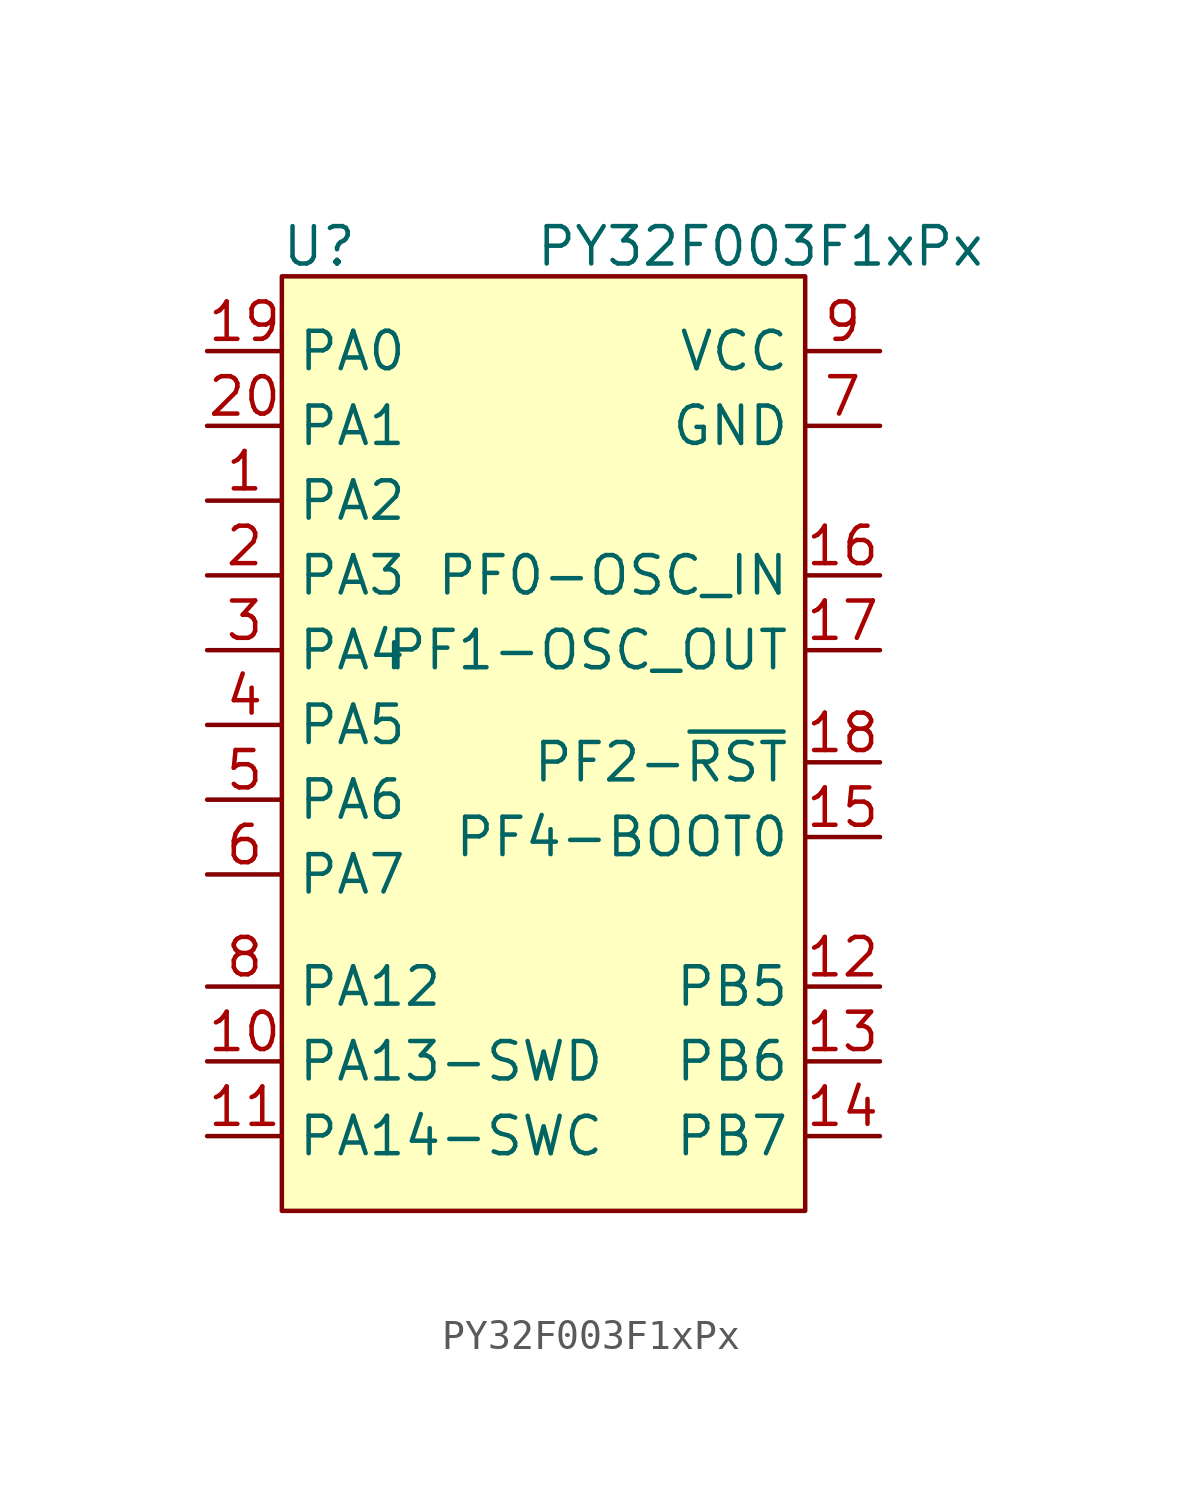
<source format=kicad_sym>
(kicad_symbol_lib
  (version 20231120)
  (generator "kicad_symbol_editor")
  (generator_version "8.0")
  (symbol "PY32F003F1xPx"
    (property "Reference" "U"
      (at -7.62 16.256 0)
      (effects (font (size 1.27 1.27))))
    (property "Value" "PY32F003F1xPx"
      (at 7.366 16.256 0)
      (effects (font (size 1.27 1.27))))
    (symbol "PY32F003F1xPx_0_1"
      (rectangle (start -8.89 15.24) (end 8.89 -16.51) (stroke (width 0) (type default)) (fill (type background))))
    (symbol "PY32F003F1xPx_1_1"
      (pin bidirectional line (at -11.43 7.62 0) (length 2.54) (name "PA2" (effects (font (size 1.27 1.27)))) (number "1" (effects (font (size 1.27 1.27)))))
      (pin bidirectional line (at -11.43 -11.43 0) (length 2.54) (name "PA13-SWD" (effects (font (size 1.27 1.27)))) (number "10" (effects (font (size 1.27 1.27)))))
      (pin bidirectional line (at -11.43 -13.97 0) (length 2.54) (name "PA14-SWC" (effects (font (size 1.27 1.27)))) (number "11" (effects (font (size 1.27 1.27)))))
      (pin bidirectional line (at 11.43 -8.89 180) (length 2.54) (name "PB5" (effects (font (size 1.27 1.27)))) (number "12" (effects (font (size 1.27 1.27)))))
      (pin bidirectional line (at 11.43 -11.43 180) (length 2.54) (name "PB6" (effects (font (size 1.27 1.27)))) (number "13" (effects (font (size 1.27 1.27)))))
      (pin bidirectional line (at 11.43 -13.97 180) (length 2.54) (name "PB7" (effects (font (size 1.27 1.27)))) (number "14" (effects (font (size 1.27 1.27)))))
      (pin bidirectional line (at 11.43 -3.81 180) (length 2.54) (name "PF4-BOOT0" (effects (font (size 1.27 1.27)))) (number "15" (effects (font (size 1.27 1.27)))))
      (pin bidirectional line (at 11.43 5.08 180) (length 2.54) (name "PF0-OSC_IN" (effects (font (size 1.27 1.27)))) (number "16" (effects (font (size 1.27 1.27)))))
      (pin bidirectional line (at 11.43 2.54 180) (length 2.54) (name "PF1-OSC_OUT" (effects (font (size 1.27 1.27)))) (number "17" (effects (font (size 1.27 1.27)))))
      (pin bidirectional line (at 11.43 -1.27 180) (length 2.54) (name "PF2-~{RST}" (effects (font (size 1.27 1.27)))) (number "18" (effects (font (size 1.27 1.27)))))
      (pin bidirectional line (at -11.43 12.7 0) (length 2.54) (name "PA0" (effects (font (size 1.27 1.27)))) (number "19" (effects (font (size 1.27 1.27)))))
      (pin bidirectional line (at -11.43 5.08 0) (length 2.54) (name "PA3" (effects (font (size 1.27 1.27)))) (number "2" (effects (font (size 1.27 1.27)))))
      (pin bidirectional line (at -11.43 10.16 0) (length 2.54) (name "PA1" (effects (font (size 1.27 1.27)))) (number "20" (effects (font (size 1.27 1.27)))))
      (pin bidirectional line (at -11.43 2.54 0) (length 2.54) (name "PA4" (effects (font (size 1.27 1.27)))) (number "3" (effects (font (size 1.27 1.27)))))
      (pin bidirectional line (at -11.43 0 0) (length 2.54) (name "PA5" (effects (font (size 1.27 1.27)))) (number "4" (effects (font (size 1.27 1.27)))))
      (pin bidirectional line (at -11.43 -2.54 0) (length 2.54) (name "PA6" (effects (font (size 1.27 1.27)))) (number "5" (effects (font (size 1.27 1.27)))))
      (pin bidirectional line (at -11.43 -5.08 0) (length 2.54) (name "PA7" (effects (font (size 1.27 1.27)))) (number "6" (effects (font (size 1.27 1.27)))))
      (pin power_in line (at 11.43 10.16 180) (length 2.54) (name "GND" (effects (font (size 1.27 1.27)))) (number "7" (effects (font (size 1.27 1.27)))))
      (pin bidirectional line (at -11.43 -8.89 0) (length 2.54) (name "PA12" (effects (font (size 1.27 1.27)))) (number "8" (effects (font (size 1.27 1.27)))))
      (pin power_in line (at 11.43 12.7 180) (length 2.54) (name "VCC" (effects (font (size 1.27 1.27)))) (number "9" (effects (font (size 1.27 1.27))))))))
</source>
